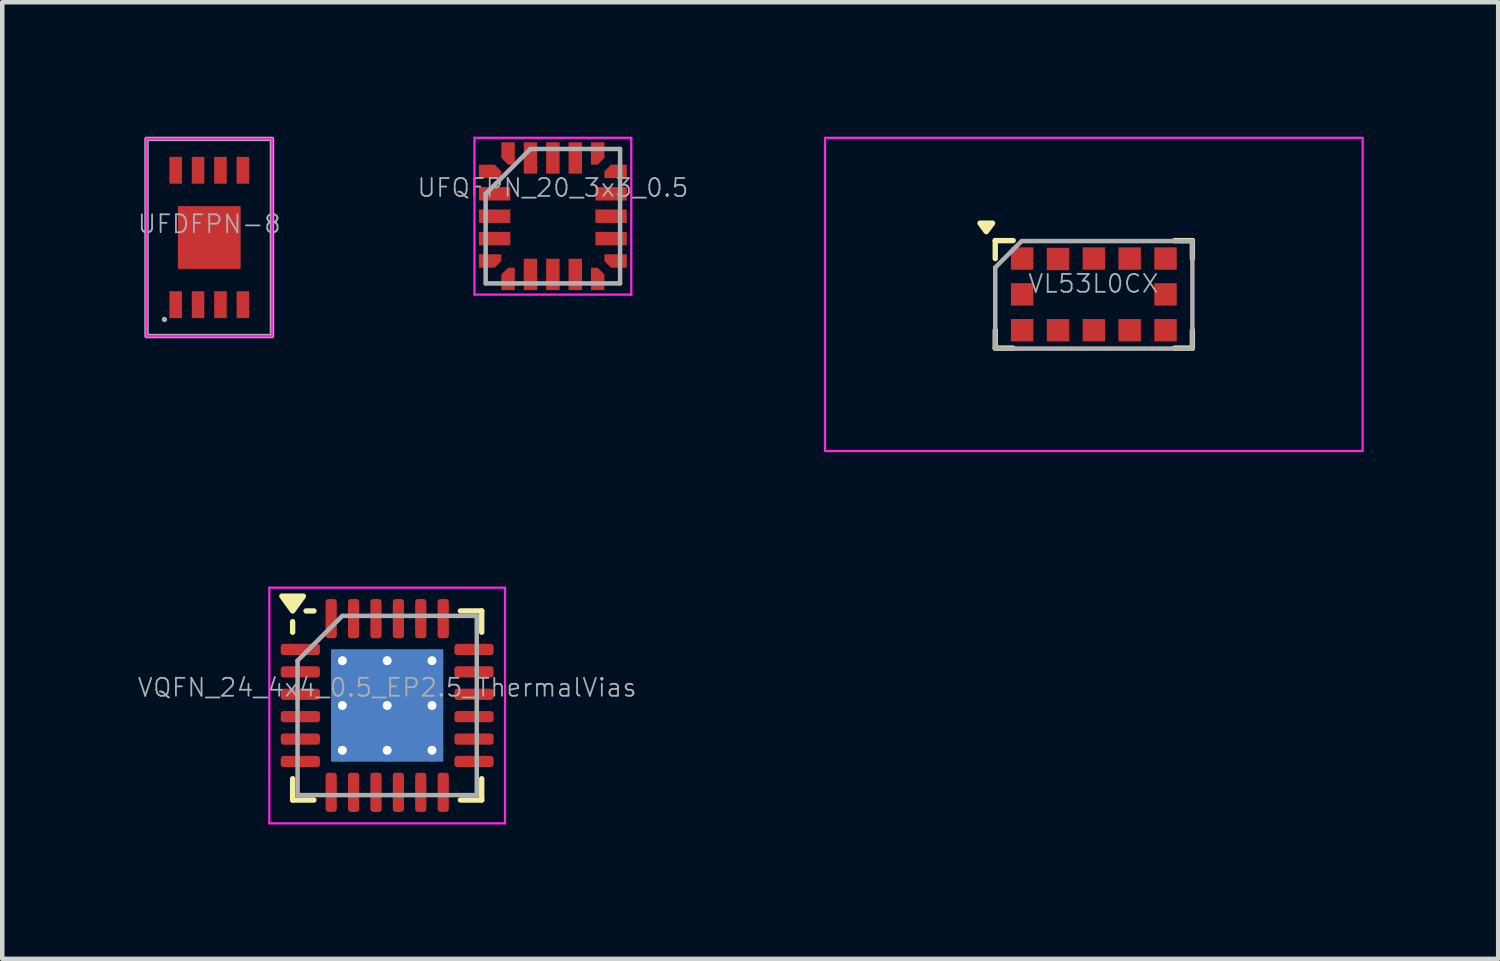
<source format=kicad_pcb>
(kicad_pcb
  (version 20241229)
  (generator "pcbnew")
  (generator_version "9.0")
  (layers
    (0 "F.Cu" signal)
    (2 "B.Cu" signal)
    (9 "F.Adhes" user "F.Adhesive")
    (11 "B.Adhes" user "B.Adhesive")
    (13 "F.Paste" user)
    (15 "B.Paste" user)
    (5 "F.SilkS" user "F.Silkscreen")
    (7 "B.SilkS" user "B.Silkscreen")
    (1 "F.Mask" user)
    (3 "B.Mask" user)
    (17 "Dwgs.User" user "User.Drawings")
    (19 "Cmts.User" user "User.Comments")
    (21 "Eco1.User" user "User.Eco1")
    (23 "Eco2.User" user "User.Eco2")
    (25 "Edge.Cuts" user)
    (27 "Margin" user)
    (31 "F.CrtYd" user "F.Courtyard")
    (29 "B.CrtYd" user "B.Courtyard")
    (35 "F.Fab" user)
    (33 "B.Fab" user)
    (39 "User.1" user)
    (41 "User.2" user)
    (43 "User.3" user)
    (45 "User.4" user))
  (footprint "VL53L0CX"
    (layer "F.Cu")
    (at 21.362 3.52)
    (property "Reference" "VL53L0CX" (at -0.01 -0.24 0) (unlocked yes) (layer "F.Fab") (effects (font (size 0.4 0.4) (thickness 0.04))))
    (attr smd)
    (fp_line (start -2.2 -0.8) (end -2.2 -1.2) (stroke (width 0.12) (type default)) (layer "F.SilkS"))
    (fp_line (start -2.2 1.2) (end -2.2 0.8) (stroke (width 0.12) (type default)) (layer "F.SilkS"))
    (fp_line (start -1.8 -1.2) (end -2.2 -1.2) (stroke (width 0.12) (type default)) (layer "F.SilkS"))
    (fp_line (start -1.8 1.2) (end -2.2 1.2) (stroke (width 0.12) (type default)) (layer "F.SilkS"))
    (fp_line (start 1.8 -1.2) (end 2.2 -1.2) (stroke (width 0.12) (type default)) (layer "F.SilkS"))
    (fp_line (start 2.2 -1.2) (end 2.2 -0.8) (stroke (width 0.12) (type default)) (layer "F.SilkS"))
    (fp_line (start 2.2 0.8) (end 2.2 1.2) (stroke (width 0.12) (type default)) (layer "F.SilkS"))
    (fp_line (start 2.2 1.2) (end 1.8 1.2) (stroke (width 0.12) (type default)) (layer "F.SilkS"))
    (fp_poly (pts (xy -2.4 -1.4) (xy -2.54 -1.59) (xy -2.26 -1.59) (xy -2.4 -1.4)) (stroke (width 0.12) (type solid)) (fill yes) (layer "F.SilkS"))
    (fp_rect (start -6 -3.495) (end 6 3.495) (stroke (width 0.05) (type solid)) (fill no) (layer "F.CrtYd"))
    (fp_line (start -2.2 1.21) (end -2.2 -0.59) (stroke (width 0.1) (type solid)) (layer "F.Fab"))
    (fp_line (start -1.61 -1.19) (end -2.2 -0.6) (stroke (width 0.1) (type solid)) (layer "F.Fab"))
    (fp_line (start -1.6 -1.19) (end 2.2 -1.19) (stroke (width 0.1) (type solid)) (layer "F.Fab"))
    (fp_line (start 2.2 -1.19) (end 2.2 1.21) (stroke (width 0.1) (type solid)) (layer "F.Fab"))
    (fp_line (start 2.2 1.21) (end -2.2 1.21) (stroke (width 0.1) (type solid)) (layer "F.Fab"))
    (pad "1" smd rect (at -1.6 -0.8 90) (size 0.5 0.5) (layers "F.Cu" "F.Mask" "F.Paste"))
    (pad "2" smd rect (at -0.8 -0.79 90) (size 0.5 0.5) (layers "F.Cu" "F.Mask" "F.Paste"))
    (pad "3" smd rect (at 0 -0.8 90) (size 0.5 0.5) (layers "F.Cu" "F.Mask" "F.Paste"))
    (pad "4" smd rect (at 0.8 -0.8 90) (size 0.5 0.5) (layers "F.Cu" "F.Mask" "F.Paste"))
    (pad "5" smd rect (at 1.6 -0.8 90) (size 0.5 0.5) (layers "F.Cu" "F.Mask" "F.Paste"))
    (pad "6" smd rect (at 1.6 0 90) (size 0.5 0.5) (layers "F.Cu" "F.Mask" "F.Paste"))
    (pad "7" smd rect (at 1.6 0.8 90) (size 0.5 0.5) (layers "F.Cu" "F.Mask" "F.Paste"))
    (pad "8" smd rect (at 0.8 0.8 90) (size 0.5 0.5) (layers "F.Cu" "F.Mask" "F.Paste"))
    (pad "9" smd rect (at 0 0.8 90) (size 0.5 0.5) (layers "F.Cu" "F.Mask" "F.Paste"))
    (pad "10" smd rect (at -0.8 0.8 90) (size 0.5 0.5) (layers "F.Cu" "F.Mask" "F.Paste"))
    (pad "11" smd rect (at -1.6 0.8 90) (size 0.5 0.5) (layers "F.Cu" "F.Mask" "F.Paste"))
    (pad "12" smd rect (at -1.6 0 90) (size 0.5 0.5) (layers "F.Cu" "F.Mask" "F.Paste")))
  (footprint "UFDFPN-8"
    (layer "F.Cu")
    (at 1.62 2.25)
    (property "Reference" "UFDFPN-8" (at 0 -0.3 0) (layer "F.Fab") (effects (font (size 0.4 0.4) (thickness 0.04))))
    (attr smd)
    (fp_rect (start -1.4 -2.2) (end 1.4 2.2) (stroke (width 0.05) (type solid)) (fill no) (layer "F.CrtYd"))
    (fp_rect (start -1.4 -2.2) (end 1.4 2.2) (stroke (width 0.1) (type solid)) (fill no) (layer "F.Fab"))
    (fp_circle (center -1 1.83) (end -0.97 1.83) (stroke (width 0.06) (type solid)) (fill no) (layer "F.Fab"))
    (pad "1" smd rect (at -0.75 1.5 180) (size 0.28 0.6) (layers "F.Cu" "F.Mask" "F.Paste"))
    (pad "2" smd rect (at -0.25 1.5 180) (size 0.28 0.6) (layers "F.Cu" "F.Mask" "F.Paste"))
    (pad "3" smd rect (at 0.25 1.5 180) (size 0.28 0.6) (layers "F.Cu" "F.Mask" "F.Paste"))
    (pad "4" smd rect (at 0 0 270) (size 1.4 1.4) (layers "F.Cu" "F.Mask" "F.Paste"))
    (pad "4" smd rect (at 0.75 1.5 180) (size 0.28 0.6) (layers "F.Cu" "F.Mask" "F.Paste"))
    (pad "5" smd rect (at 0.75 -1.5 180) (size 0.28 0.6) (layers "F.Cu" "F.Mask" "F.Paste"))
    (pad "6" smd rect (at 0.25 -1.5 180) (size 0.28 0.6) (layers "F.Cu" "F.Mask" "F.Paste"))
    (pad "7" smd rect (at -0.25 -1.5 180) (size 0.28 0.6) (layers "F.Cu" "F.Mask" "F.Paste"))
    (pad "8" smd rect (at -0.75 -1.5 180) (size 0.28 0.6) (layers "F.Cu" "F.Mask" "F.Paste")))
  (footprint "VQFN_24_4x4_0.5_EP2.5_ThermalVias"
    (layer "F.Cu")
    (at 5.591 12.695)
    (property "Reference" "VQFN_24_4x4_0.5_EP2.5_ThermalVias" (at 0 -0.4 0) (layer "F.Fab") (effects (font (size 0.4 0.4) (thickness 0.04))))
    (attr smd)
    (fp_line (start -2.11 -1.635) (end -2.11 -1.87) (stroke (width 0.12) (type solid)) (layer "F.SilkS"))
    (fp_line (start -2.11 2.11) (end -2.11 1.635) (stroke (width 0.12) (type solid)) (layer "F.SilkS"))
    (fp_line (start -1.635 -2.11) (end -1.81 -2.11) (stroke (width 0.12) (type solid)) (layer "F.SilkS"))
    (fp_line (start -1.635 2.11) (end -2.11 2.11) (stroke (width 0.12) (type solid)) (layer "F.SilkS"))
    (fp_line (start 1.635 -2.11) (end 2.11 -2.11) (stroke (width 0.12) (type solid)) (layer "F.SilkS"))
    (fp_line (start 1.635 2.11) (end 2.11 2.11) (stroke (width 0.12) (type solid)) (layer "F.SilkS"))
    (fp_line (start 2.11 -2.11) (end 2.11 -1.635) (stroke (width 0.12) (type solid)) (layer "F.SilkS"))
    (fp_line (start 2.11 2.11) (end 2.11 1.635) (stroke (width 0.12) (type solid)) (layer "F.SilkS"))
    (fp_poly (pts (xy -2.11 -2.11) (xy -2.35 -2.44) (xy -1.87 -2.44) (xy -2.11 -2.11)) (stroke (width 0.12) (type solid)) (fill yes) (layer "F.SilkS"))
    (fp_line (start -2.63 -2.63) (end -2.63 2.63) (stroke (width 0.05) (type solid)) (layer "F.CrtYd"))
    (fp_line (start -2.63 2.63) (end 2.63 2.63) (stroke (width 0.05) (type solid)) (layer "F.CrtYd"))
    (fp_line (start 2.63 -2.63) (end -2.63 -2.63) (stroke (width 0.05) (type solid)) (layer "F.CrtYd"))
    (fp_line (start 2.63 2.63) (end 2.63 -2.63) (stroke (width 0.05) (type solid)) (layer "F.CrtYd"))
    (fp_line (start -2 -1) (end -1 -2) (stroke (width 0.1) (type solid)) (layer "F.Fab"))
    (fp_line (start -2 2) (end -2 -1) (stroke (width 0.1) (type solid)) (layer "F.Fab"))
    (fp_line (start -1 -2) (end 2 -2) (stroke (width 0.1) (type solid)) (layer "F.Fab"))
    (fp_line (start 2 -2) (end 2 2) (stroke (width 0.1) (type solid)) (layer "F.Fab"))
    (fp_line (start 2 2) (end -2 2) (stroke (width 0.1) (type solid)) (layer "F.Fab"))
    (pad "" smd custom (at -0.5 -0.5) (size 0.779 0.779) (layers "F.Paste") (options (anchor circle)) (primitives (gr_poly (pts (xy -0.315 -0.192) (xy -0.192 -0.315) (xy 0.192 -0.315) (xy 0.315 -0.192) (xy 0.315 0.192) (xy 0.192 0.315) (xy -0.192 0.315) (xy -0.315 0.192)) (width 0.297) (fill yes))))
    (pad "" smd custom (at -0.5 0.5) (size 0.779 0.779) (layers "F.Paste") (options (anchor circle)) (primitives (gr_poly (pts (xy -0.315 -0.192) (xy -0.192 -0.315) (xy 0.192 -0.315) (xy 0.315 -0.192) (xy 0.315 0.192) (xy 0.192 0.315) (xy -0.192 0.315) (xy -0.315 0.192)) (width 0.297) (fill yes))))
    (pad "" smd custom (at 0.5 -0.5) (size 0.779 0.779) (layers "F.Paste") (options (anchor circle)) (primitives (gr_poly (pts (xy -0.315 -0.192) (xy -0.192 -0.315) (xy 0.192 -0.315) (xy 0.315 -0.192) (xy 0.315 0.192) (xy 0.192 0.315) (xy -0.192 0.315) (xy -0.315 0.192)) (width 0.297) (fill yes))))
    (pad "" smd custom (at 0.5 0.5) (size 0.779 0.779) (layers "F.Paste") (options (anchor circle)) (primitives (gr_poly (pts (xy -0.315 -0.192) (xy -0.192 -0.315) (xy 0.192 -0.315) (xy 0.315 -0.192) (xy 0.315 0.192) (xy 0.192 0.315) (xy -0.192 0.315) (xy -0.315 0.192)) (width 0.297) (fill yes))))
    (pad "1" smd roundrect (at -1.938 -1.25) (size 0.875 0.25) (layers "F.Cu" "F.Mask" "F.Paste") (roundrect_rratio 0.25))
    (pad "2" smd roundrect (at -1.938 -0.75) (size 0.875 0.25) (layers "F.Cu" "F.Mask" "F.Paste") (roundrect_rratio 0.25))
    (pad "3" smd roundrect (at -1.938 -0.25) (size 0.875 0.25) (layers "F.Cu" "F.Mask" "F.Paste") (roundrect_rratio 0.25))
    (pad "4" smd roundrect (at -1.938 0.25) (size 0.875 0.25) (layers "F.Cu" "F.Mask" "F.Paste") (roundrect_rratio 0.25))
    (pad "5" smd roundrect (at -1.938 0.75) (size 0.875 0.25) (layers "F.Cu" "F.Mask" "F.Paste") (roundrect_rratio 0.25))
    (pad "6" smd roundrect (at -1.938 1.25) (size 0.875 0.25) (layers "F.Cu" "F.Mask" "F.Paste") (roundrect_rratio 0.25))
    (pad "7" smd roundrect (at -1.25 1.938) (size 0.25 0.875) (layers "F.Cu" "F.Mask" "F.Paste") (roundrect_rratio 0.25))
    (pad "8" smd roundrect (at -0.75 1.938) (size 0.25 0.875) (layers "F.Cu" "F.Mask" "F.Paste") (roundrect_rratio 0.25))
    (pad "9" smd roundrect (at -0.25 1.938) (size 0.25 0.875) (layers "F.Cu" "F.Mask" "F.Paste") (roundrect_rratio 0.25))
    (pad "10" smd roundrect (at 0.25 1.938) (size 0.25 0.875) (layers "F.Cu" "F.Mask" "F.Paste") (roundrect_rratio 0.25))
    (pad "11" smd roundrect (at 0.75 1.938) (size 0.25 0.875) (layers "F.Cu" "F.Mask" "F.Paste") (roundrect_rratio 0.25))
    (pad "12" smd roundrect (at 1.25 1.938) (size 0.25 0.875) (layers "F.Cu" "F.Mask" "F.Paste") (roundrect_rratio 0.25))
    (pad "13" smd roundrect (at 1.938 1.25) (size 0.875 0.25) (layers "F.Cu" "F.Mask" "F.Paste") (roundrect_rratio 0.25))
    (pad "14" smd roundrect (at 1.938 0.75) (size 0.875 0.25) (layers "F.Cu" "F.Mask" "F.Paste") (roundrect_rratio 0.25))
    (pad "15" smd roundrect (at 1.938 0.25) (size 0.875 0.25) (layers "F.Cu" "F.Mask" "F.Paste") (roundrect_rratio 0.25))
    (pad "16" smd roundrect (at 1.938 -0.25) (size 0.875 0.25) (layers "F.Cu" "F.Mask" "F.Paste") (roundrect_rratio 0.25))
    (pad "17" smd roundrect (at 1.938 -0.75) (size 0.875 0.25) (layers "F.Cu" "F.Mask" "F.Paste") (roundrect_rratio 0.25))
    (pad "18" smd roundrect (at 1.938 -1.25) (size 0.875 0.25) (layers "F.Cu" "F.Mask" "F.Paste") (roundrect_rratio 0.25))
    (pad "19" smd roundrect (at 1.25 -1.938) (size 0.25 0.875) (layers "F.Cu" "F.Mask" "F.Paste") (roundrect_rratio 0.25))
    (pad "20" smd roundrect (at 0.75 -1.938) (size 0.25 0.875) (layers "F.Cu" "F.Mask" "F.Paste") (roundrect_rratio 0.25))
    (pad "21" smd roundrect (at 0.25 -1.938) (size 0.25 0.875) (layers "F.Cu" "F.Mask" "F.Paste") (roundrect_rratio 0.25))
    (pad "22" smd roundrect (at -0.25 -1.938) (size 0.25 0.875) (layers "F.Cu" "F.Mask" "F.Paste") (roundrect_rratio 0.25))
    (pad "23" smd roundrect (at -0.75 -1.938) (size 0.25 0.875) (layers "F.Cu" "F.Mask" "F.Paste") (roundrect_rratio 0.25))
    (pad "24" smd roundrect (at -1.25 -1.938) (size 0.25 0.875) (layers "F.Cu" "F.Mask" "F.Paste") (roundrect_rratio 0.25))
    (pad "25" thru_hole circle (at -1 -1) (size 0.5 0.5) (drill 0.2) (property pad_prop_heatsink) (layers "*.Cu"))
    (pad "25" thru_hole circle (at -1 0) (size 0.5 0.5) (drill 0.2) (property pad_prop_heatsink) (layers "*.Cu"))
    (pad "25" thru_hole circle (at -1 1) (size 0.5 0.5) (drill 0.2) (property pad_prop_heatsink) (layers "*.Cu"))
    (pad "25" thru_hole circle (at 0 -1) (size 0.5 0.5) (drill 0.2) (property pad_prop_heatsink) (layers "*.Cu"))
    (pad "25" thru_hole circle (at 0 0) (size 0.5 0.5) (drill 0.2) (property pad_prop_heatsink) (layers "*.Cu"))
    (pad "25" smd rect (at 0 0) (size 2.5 2.5) (property pad_prop_heatsink) (layers "F.Cu" "F.Mask"))
    (pad "25" smd rect (at 0 0) (size 2.5 2.5) (property pad_prop_heatsink) (layers "B.Cu"))
    (pad "25" thru_hole circle (at 0 1) (size 0.5 0.5) (drill 0.2) (property pad_prop_heatsink) (layers "*.Cu"))
    (pad "25" thru_hole circle (at 1 -1) (size 0.5 0.5) (drill 0.2) (property pad_prop_heatsink) (layers "*.Cu"))
    (pad "25" thru_hole circle (at 1 0) (size 0.5 0.5) (drill 0.2) (property pad_prop_heatsink) (layers "*.Cu"))
    (pad "25" thru_hole circle (at 1 1) (size 0.5 0.5) (drill 0.2) (property pad_prop_heatsink) (layers "*.Cu")))
  (footprint "UFQFPN_20_3x3_0.5"
    (layer "F.Cu")
    (at 9.289 1.775)
    (property "Reference" "UFQFPN_20_3x3_0.5" (at 0 -0.635 0) (layer "F.Fab") (effects (font (size 0.4 0.4) (thickness 0.04))))
    (attr smd)
    (fp_line (start -1.75 -1.75) (end 1.75 -1.75) (stroke (width 0.05) (type solid)) (layer "F.CrtYd"))
    (fp_line (start -1.75 1.75) (end -1.75 -1.75) (stroke (width 0.05) (type solid)) (layer "F.CrtYd"))
    (fp_line (start 1.75 -1.75) (end 1.75 1.75) (stroke (width 0.05) (type solid)) (layer "F.CrtYd"))
    (fp_line (start 1.75 1.75) (end -1.75 1.75) (stroke (width 0.05) (type solid)) (layer "F.CrtYd"))
    (fp_line (start -1.5 -0.5) (end -0.5 -1.5) (stroke (width 0.1) (type solid)) (layer "F.Fab"))
    (fp_line (start -1.5 1.5) (end -1.5 -0.5) (stroke (width 0.1) (type solid)) (layer "F.Fab"))
    (fp_line (start -0.5 -1.5) (end 1.5 -1.5) (stroke (width 0.1) (type solid)) (layer "F.Fab"))
    (fp_line (start 1.5 -1.5) (end 1.5 1.5) (stroke (width 0.1) (type solid)) (layer "F.Fab"))
    (fp_line (start 1.5 1.5) (end -1.5 1.5) (stroke (width 0.1) (type solid)) (layer "F.Fab"))
    (pad "1" smd custom (at -1.475 -1) (size 0.35 0.3) (layers "F.Cu" "F.Mask" "F.Paste") (options (anchor rect)) (primitives (gr_poly (pts (xy 0.175 -0.15) (xy 0.325 0) (xy 0.325 0.15) (xy 0.175 0.15)) (width 0) (fill yes))))
    (pad "2" smd rect (at -1.3 -0.5) (size 0.7 0.3) (layers "F.Cu" "F.Mask" "F.Paste"))
    (pad "3" smd rect (at -1.3 0) (size 0.7 0.3) (layers "F.Cu" "F.Mask" "F.Paste"))
    (pad "4" smd rect (at -1.3 0.5) (size 0.7 0.3) (layers "F.Cu" "F.Mask" "F.Paste"))
    (pad "5" smd custom (at -1.475 1) (size 0.35 0.3) (layers "F.Cu" "F.Mask" "F.Paste") (options (anchor rect)) (primitives (gr_poly (pts (xy 0.175 0.15) (xy 0.325 0) (xy 0.325 -0.15) (xy 0.175 -0.15)) (width 0) (fill yes))))
    (pad "6" smd custom (at -1 1.475) (size 0.3 0.35) (layers "F.Cu" "F.Mask" "F.Paste") (options (anchor rect)) (primitives (gr_poly (pts (xy -0.15 -0.175) (xy 0 -0.325) (xy 0.15 -0.325) (xy 0.15 -0.175)) (width 0) (fill yes))))
    (pad "7" smd rect (at -0.5 1.3) (size 0.3 0.7) (layers "F.Cu" "F.Mask" "F.Paste"))
    (pad "8" smd rect (at 0 1.3) (size 0.3 0.7) (layers "F.Cu" "F.Mask" "F.Paste"))
    (pad "9" smd rect (at 0.5 1.3) (size 0.3 0.7) (layers "F.Cu" "F.Mask" "F.Paste"))
    (pad "10" smd custom (at 1 1.475) (size 0.3 0.35) (layers "F.Cu" "F.Mask" "F.Paste") (options (anchor rect)) (primitives (gr_poly (pts (xy 0.15 -0.175) (xy 0 -0.325) (xy -0.15 -0.325) (xy -0.15 -0.175)) (width 0) (fill yes))))
    (pad "11" smd custom (at 1.475 1) (size 0.35 0.3) (layers "F.Cu" "F.Mask" "F.Paste") (options (anchor rect)) (primitives (gr_poly (pts (xy -0.175 0.15) (xy -0.325 0) (xy -0.325 -0.15) (xy -0.175 -0.15)) (width 0) (fill yes))))
    (pad "12" smd rect (at 1.3 0.5) (size 0.7 0.3) (layers "F.Cu" "F.Mask" "F.Paste"))
    (pad "13" smd rect (at 1.3 0) (size 0.7 0.3) (layers "F.Cu" "F.Mask" "F.Paste"))
    (pad "14" smd rect (at 1.3 -0.5) (size 0.7 0.3) (layers "F.Cu" "F.Mask" "F.Paste"))
    (pad "15" smd custom (at 1.475 -1) (size 0.35 0.3) (layers "F.Cu" "F.Mask" "F.Paste") (options (anchor rect)) (primitives (gr_poly (pts (xy -0.175 -0.15) (xy -0.325 0) (xy -0.325 0.15) (xy -0.175 0.15)) (width 0) (fill yes))))
    (pad "16" smd custom (at 1 -1.475) (size 0.3 0.35) (layers "F.Cu" "F.Mask" "F.Paste") (options (anchor rect)) (primitives (gr_poly (pts (xy 0.15 0.175) (xy 0 0.325) (xy -0.15 0.325) (xy -0.15 0.175)) (width 0) (fill yes))))
    (pad "17" smd rect (at 0.5 -1.3) (size 0.3 0.7) (layers "F.Cu" "F.Mask" "F.Paste"))
    (pad "18" smd rect (at 0 -1.3) (size 0.3 0.7) (layers "F.Cu" "F.Mask" "F.Paste"))
    (pad "19" smd rect (at -0.5 -1.3) (size 0.3 0.7) (layers "F.Cu" "F.Mask" "F.Paste"))
    (pad "20" smd custom (at -1 -1.475) (size 0.3 0.35) (layers "F.Cu" "F.Mask" "F.Paste") (options (anchor rect)) (primitives (gr_poly (pts (xy -0.15 0.175) (xy 0 0.325) (xy 0.15 0.325) (xy 0.15 0.175)) (width 0) (fill yes)))))
  (gr_rect
    (start -3 -3)
    (end 30.387 18.35)
    (stroke (width 0.1) (type default))
    (fill no)
    (layer "Edge.Cuts")))
</source>
